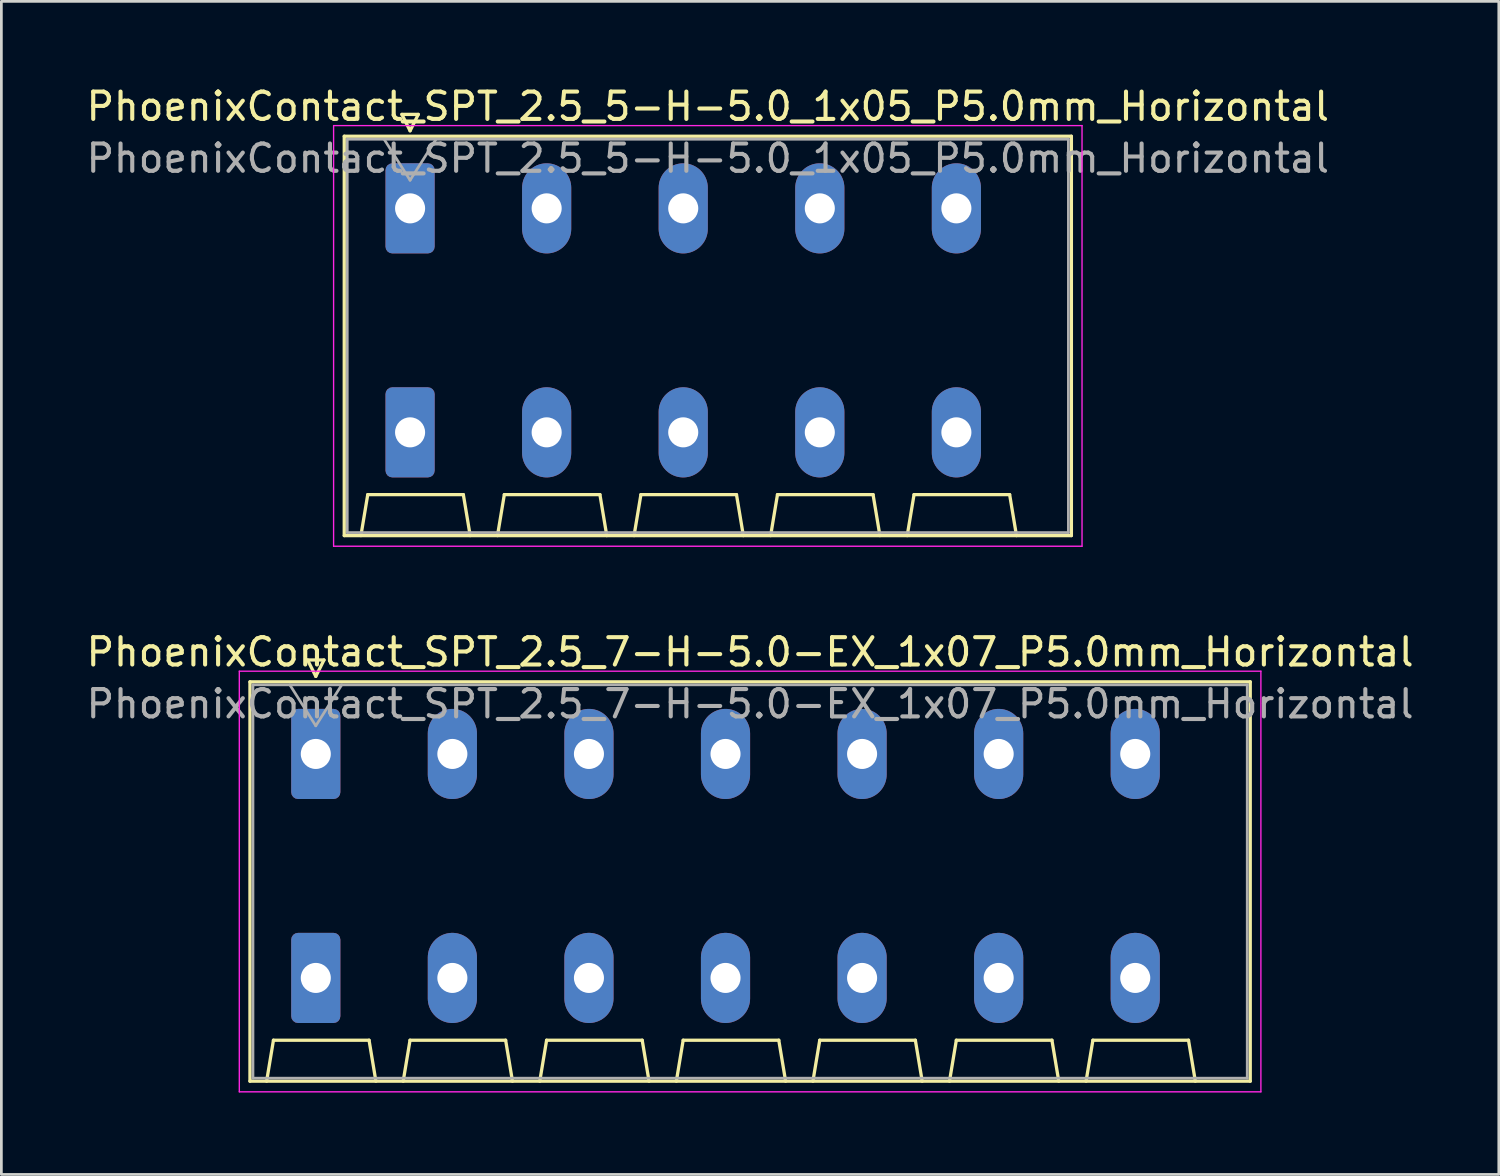
<source format=kicad_pcb>
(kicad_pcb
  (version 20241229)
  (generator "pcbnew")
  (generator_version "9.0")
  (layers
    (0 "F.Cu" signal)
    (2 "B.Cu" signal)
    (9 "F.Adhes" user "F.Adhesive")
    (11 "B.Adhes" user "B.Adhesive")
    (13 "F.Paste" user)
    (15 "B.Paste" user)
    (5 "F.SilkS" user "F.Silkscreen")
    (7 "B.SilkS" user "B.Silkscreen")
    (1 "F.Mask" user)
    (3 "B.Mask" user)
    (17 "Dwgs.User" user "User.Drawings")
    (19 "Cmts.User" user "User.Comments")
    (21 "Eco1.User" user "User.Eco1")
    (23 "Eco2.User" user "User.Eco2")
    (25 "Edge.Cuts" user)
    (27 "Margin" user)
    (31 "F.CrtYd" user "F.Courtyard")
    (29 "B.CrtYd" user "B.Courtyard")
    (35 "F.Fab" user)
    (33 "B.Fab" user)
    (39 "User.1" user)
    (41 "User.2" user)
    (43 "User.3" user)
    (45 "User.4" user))
  (footprint "PhoenixContact_SPT_2.5_7-H-5.0-EX_1x07_P5.0mm_Horizontal"
    (layer "F.Cu")
    (at 8.511 24.552)
    (property "Reference" "PhoenixContact_SPT_2.5_7-H-5.0-EX_1x07_P5.0mm_Horizontal" (at 15.9 -3.73 0) (layer "F.SilkS") (effects (font (size 1 1) (thickness 0.15))))
    (attr through_hole)
    (fp_line (start -2.41 -2.64) (end 34.21 -2.64) (stroke (width 0.12) (type solid)) (layer "F.SilkS"))
    (fp_line (start -2.41 11.98) (end -2.41 -2.64) (stroke (width 0.12) (type solid)) (layer "F.SilkS"))
    (fp_line (start -1.8 11.98) (end -1.55 10.48) (stroke (width 0.12) (type solid)) (layer "F.SilkS"))
    (fp_line (start -1.55 10.48) (end 1.95 10.48) (stroke (width 0.12) (type solid)) (layer "F.SilkS"))
    (fp_line (start -0.3 -3.44) (end 0 -2.84) (stroke (width 0.12) (type solid)) (layer "F.SilkS"))
    (fp_line (start -0.3 -3.44) (end 0.3 -3.44) (stroke (width 0.12) (type solid)) (layer "F.SilkS"))
    (fp_line (start 0.3 -3.44) (end 0 -2.84) (stroke (width 0.12) (type solid)) (layer "F.SilkS"))
    (fp_line (start 2.2 11.98) (end 1.95 10.48) (stroke (width 0.12) (type solid)) (layer "F.SilkS"))
    (fp_line (start 3.2 11.98) (end 3.45 10.48) (stroke (width 0.12) (type solid)) (layer "F.SilkS"))
    (fp_line (start 3.45 10.48) (end 6.95 10.48) (stroke (width 0.12) (type solid)) (layer "F.SilkS"))
    (fp_line (start 7.2 11.98) (end 6.95 10.48) (stroke (width 0.12) (type solid)) (layer "F.SilkS"))
    (fp_line (start 8.2 11.98) (end 8.45 10.48) (stroke (width 0.12) (type solid)) (layer "F.SilkS"))
    (fp_line (start 8.45 10.48) (end 11.95 10.48) (stroke (width 0.12) (type solid)) (layer "F.SilkS"))
    (fp_line (start 12.2 11.98) (end 11.95 10.48) (stroke (width 0.12) (type solid)) (layer "F.SilkS"))
    (fp_line (start 13.2 11.98) (end 13.45 10.48) (stroke (width 0.12) (type solid)) (layer "F.SilkS"))
    (fp_line (start 13.45 10.48) (end 16.95 10.48) (stroke (width 0.12) (type solid)) (layer "F.SilkS"))
    (fp_line (start 17.2 11.98) (end 16.95 10.48) (stroke (width 0.12) (type solid)) (layer "F.SilkS"))
    (fp_line (start 18.2 11.98) (end 18.45 10.48) (stroke (width 0.12) (type solid)) (layer "F.SilkS"))
    (fp_line (start 18.45 10.48) (end 21.95 10.48) (stroke (width 0.12) (type solid)) (layer "F.SilkS"))
    (fp_line (start 22.2 11.98) (end 21.95 10.48) (stroke (width 0.12) (type solid)) (layer "F.SilkS"))
    (fp_line (start 23.2 11.98) (end 23.45 10.48) (stroke (width 0.12) (type solid)) (layer "F.SilkS"))
    (fp_line (start 23.45 10.48) (end 26.95 10.48) (stroke (width 0.12) (type solid)) (layer "F.SilkS"))
    (fp_line (start 27.2 11.98) (end 26.95 10.48) (stroke (width 0.12) (type solid)) (layer "F.SilkS"))
    (fp_line (start 28.2 11.98) (end 28.45 10.48) (stroke (width 0.12) (type solid)) (layer "F.SilkS"))
    (fp_line (start 28.45 10.48) (end 31.95 10.48) (stroke (width 0.12) (type solid)) (layer "F.SilkS"))
    (fp_line (start 32.2 11.98) (end 31.95 10.48) (stroke (width 0.12) (type solid)) (layer "F.SilkS"))
    (fp_line (start 34.21 -2.64) (end 34.21 11.98) (stroke (width 0.12) (type solid)) (layer "F.SilkS"))
    (fp_line (start 34.21 11.98) (end -2.41 11.98) (stroke (width 0.12) (type solid)) (layer "F.SilkS"))
    (fp_line (start -2.8 -3.03) (end -2.8 12.37) (stroke (width 0.05) (type solid)) (layer "F.CrtYd"))
    (fp_line (start -2.8 12.37) (end 34.6 12.37) (stroke (width 0.05) (type solid)) (layer "F.CrtYd"))
    (fp_line (start 34.6 -3.03) (end -2.8 -3.03) (stroke (width 0.05) (type solid)) (layer "F.CrtYd"))
    (fp_line (start 34.6 12.37) (end 34.6 -3.03) (stroke (width 0.05) (type solid)) (layer "F.CrtYd"))
    (fp_line (start -2.3 -2.53) (end -2.3 11.87) (stroke (width 0.1) (type solid)) (layer "F.Fab"))
    (fp_line (start -2.3 11.87) (end 34.1 11.87) (stroke (width 0.1) (type solid)) (layer "F.Fab"))
    (fp_line (start -0.95 -2.53) (end 0 -1.03) (stroke (width 0.1) (type solid)) (layer "F.Fab"))
    (fp_line (start 0.95 -2.53) (end 0 -1.03) (stroke (width 0.1) (type solid)) (layer "F.Fab"))
    (fp_line (start 34.1 -2.53) (end -2.3 -2.53) (stroke (width 0.1) (type solid)) (layer "F.Fab"))
    (fp_line (start 34.1 11.87) (end 34.1 -2.53) (stroke (width 0.1) (type solid)) (layer "F.Fab"))
    (fp_text user "${REFERENCE}" (at 15.9 -1.83 0) (layer "F.Fab") (effects (font (size 1 1) (thickness 0.15))))
    (pad "1" thru_hole roundrect (at 0 0) (size 1.8 3.3) (drill 1.1) (layers "*.Cu" "*.Mask") (roundrect_rratio 0.139))
    (pad "1" thru_hole roundrect (at 0 8.2) (size 1.8 3.3) (drill 1.1) (layers "*.Cu" "*.Mask") (roundrect_rratio 0.139))
    (pad "2" thru_hole oval (at 5 0) (size 1.8 3.3) (drill 1.1) (layers "*.Cu" "*.Mask"))
    (pad "2" thru_hole oval (at 5 8.2) (size 1.8 3.3) (drill 1.1) (layers "*.Cu" "*.Mask"))
    (pad "3" thru_hole oval (at 10 0) (size 1.8 3.3) (drill 1.1) (layers "*.Cu" "*.Mask"))
    (pad "3" thru_hole oval (at 10 8.2) (size 1.8 3.3) (drill 1.1) (layers "*.Cu" "*.Mask"))
    (pad "4" thru_hole oval (at 15 0) (size 1.8 3.3) (drill 1.1) (layers "*.Cu" "*.Mask"))
    (pad "4" thru_hole oval (at 15 8.2) (size 1.8 3.3) (drill 1.1) (layers "*.Cu" "*.Mask"))
    (pad "5" thru_hole oval (at 20 0) (size 1.8 3.3) (drill 1.1) (layers "*.Cu" "*.Mask"))
    (pad "5" thru_hole oval (at 20 8.2) (size 1.8 3.3) (drill 1.1) (layers "*.Cu" "*.Mask"))
    (pad "6" thru_hole oval (at 25 0) (size 1.8 3.3) (drill 1.1) (layers "*.Cu" "*.Mask"))
    (pad "6" thru_hole oval (at 25 8.2) (size 1.8 3.3) (drill 1.1) (layers "*.Cu" "*.Mask"))
    (pad "7" thru_hole oval (at 30 0) (size 1.8 3.3) (drill 1.1) (layers "*.Cu" "*.Mask"))
    (pad "7" thru_hole oval (at 30 8.2) (size 1.8 3.3) (drill 1.1) (layers "*.Cu" "*.Mask")))
  (footprint "PhoenixContact_SPT_2.5_5-H-5.0_1x05_P5.0mm_Horizontal"
    (layer "F.Cu")
    (at 11.963 4.578)
    (property "Reference" "PhoenixContact_SPT_2.5_5-H-5.0_1x05_P5.0mm_Horizontal" (at 10.9 -3.73 0) (layer "F.SilkS") (effects (font (size 1 1) (thickness 0.15))))
    (attr through_hole)
    (fp_line (start -2.41 -2.64) (end 24.21 -2.64) (stroke (width 0.12) (type solid)) (layer "F.SilkS"))
    (fp_line (start -2.41 11.98) (end -2.41 -2.64) (stroke (width 0.12) (type solid)) (layer "F.SilkS"))
    (fp_line (start -1.8 11.98) (end -1.55 10.48) (stroke (width 0.12) (type solid)) (layer "F.SilkS"))
    (fp_line (start -1.55 10.48) (end 1.95 10.48) (stroke (width 0.12) (type solid)) (layer "F.SilkS"))
    (fp_line (start -0.3 -3.44) (end 0 -2.84) (stroke (width 0.12) (type solid)) (layer "F.SilkS"))
    (fp_line (start -0.3 -3.44) (end 0.3 -3.44) (stroke (width 0.12) (type solid)) (layer "F.SilkS"))
    (fp_line (start 0.3 -3.44) (end 0 -2.84) (stroke (width 0.12) (type solid)) (layer "F.SilkS"))
    (fp_line (start 2.2 11.98) (end 1.95 10.48) (stroke (width 0.12) (type solid)) (layer "F.SilkS"))
    (fp_line (start 3.2 11.98) (end 3.45 10.48) (stroke (width 0.12) (type solid)) (layer "F.SilkS"))
    (fp_line (start 3.45 10.48) (end 6.95 10.48) (stroke (width 0.12) (type solid)) (layer "F.SilkS"))
    (fp_line (start 7.2 11.98) (end 6.95 10.48) (stroke (width 0.12) (type solid)) (layer "F.SilkS"))
    (fp_line (start 8.2 11.98) (end 8.45 10.48) (stroke (width 0.12) (type solid)) (layer "F.SilkS"))
    (fp_line (start 8.45 10.48) (end 11.95 10.48) (stroke (width 0.12) (type solid)) (layer "F.SilkS"))
    (fp_line (start 12.2 11.98) (end 11.95 10.48) (stroke (width 0.12) (type solid)) (layer "F.SilkS"))
    (fp_line (start 13.2 11.98) (end 13.45 10.48) (stroke (width 0.12) (type solid)) (layer "F.SilkS"))
    (fp_line (start 13.45 10.48) (end 16.95 10.48) (stroke (width 0.12) (type solid)) (layer "F.SilkS"))
    (fp_line (start 17.2 11.98) (end 16.95 10.48) (stroke (width 0.12) (type solid)) (layer "F.SilkS"))
    (fp_line (start 18.2 11.98) (end 18.45 10.48) (stroke (width 0.12) (type solid)) (layer "F.SilkS"))
    (fp_line (start 18.45 10.48) (end 21.95 10.48) (stroke (width 0.12) (type solid)) (layer "F.SilkS"))
    (fp_line (start 22.2 11.98) (end 21.95 10.48) (stroke (width 0.12) (type solid)) (layer "F.SilkS"))
    (fp_line (start 24.21 -2.64) (end 24.21 11.98) (stroke (width 0.12) (type solid)) (layer "F.SilkS"))
    (fp_line (start 24.21 11.98) (end -2.41 11.98) (stroke (width 0.12) (type solid)) (layer "F.SilkS"))
    (fp_line (start -2.8 -3.03) (end -2.8 12.37) (stroke (width 0.05) (type solid)) (layer "F.CrtYd"))
    (fp_line (start -2.8 12.37) (end 24.6 12.37) (stroke (width 0.05) (type solid)) (layer "F.CrtYd"))
    (fp_line (start 24.6 -3.03) (end -2.8 -3.03) (stroke (width 0.05) (type solid)) (layer "F.CrtYd"))
    (fp_line (start 24.6 12.37) (end 24.6 -3.03) (stroke (width 0.05) (type solid)) (layer "F.CrtYd"))
    (fp_line (start -2.3 -2.53) (end -2.3 11.87) (stroke (width 0.1) (type solid)) (layer "F.Fab"))
    (fp_line (start -2.3 11.87) (end 24.1 11.87) (stroke (width 0.1) (type solid)) (layer "F.Fab"))
    (fp_line (start -0.95 -2.53) (end 0 -1.03) (stroke (width 0.1) (type solid)) (layer "F.Fab"))
    (fp_line (start 0.95 -2.53) (end 0 -1.03) (stroke (width 0.1) (type solid)) (layer "F.Fab"))
    (fp_line (start 24.1 -2.53) (end -2.3 -2.53) (stroke (width 0.1) (type solid)) (layer "F.Fab"))
    (fp_line (start 24.1 11.87) (end 24.1 -2.53) (stroke (width 0.1) (type solid)) (layer "F.Fab"))
    (fp_text user "${REFERENCE}" (at 10.9 -1.83 0) (layer "F.Fab") (effects (font (size 1 1) (thickness 0.15))))
    (pad "1" thru_hole roundrect (at 0 0) (size 1.8 3.3) (drill 1.1) (layers "*.Cu" "*.Mask") (roundrect_rratio 0.139))
    (pad "1" thru_hole roundrect (at 0 8.2) (size 1.8 3.3) (drill 1.1) (layers "*.Cu" "*.Mask") (roundrect_rratio 0.139))
    (pad "2" thru_hole oval (at 5 0) (size 1.8 3.3) (drill 1.1) (layers "*.Cu" "*.Mask"))
    (pad "2" thru_hole oval (at 5 8.2) (size 1.8 3.3) (drill 1.1) (layers "*.Cu" "*.Mask"))
    (pad "3" thru_hole oval (at 10 0) (size 1.8 3.3) (drill 1.1) (layers "*.Cu" "*.Mask"))
    (pad "3" thru_hole oval (at 10 8.2) (size 1.8 3.3) (drill 1.1) (layers "*.Cu" "*.Mask"))
    (pad "4" thru_hole oval (at 15 0) (size 1.8 3.3) (drill 1.1) (layers "*.Cu" "*.Mask"))
    (pad "4" thru_hole oval (at 15 8.2) (size 1.8 3.3) (drill 1.1) (layers "*.Cu" "*.Mask"))
    (pad "5" thru_hole oval (at 20 0) (size 1.8 3.3) (drill 1.1) (layers "*.Cu" "*.Mask"))
    (pad "5" thru_hole oval (at 20 8.2) (size 1.8 3.3) (drill 1.1) (layers "*.Cu" "*.Mask")))
  (gr_rect
    (start -3 -3)
    (end 51.821 39.947)
    (stroke (width 0.1) (type default))
    (fill no)
    (layer "Edge.Cuts")))
</source>
